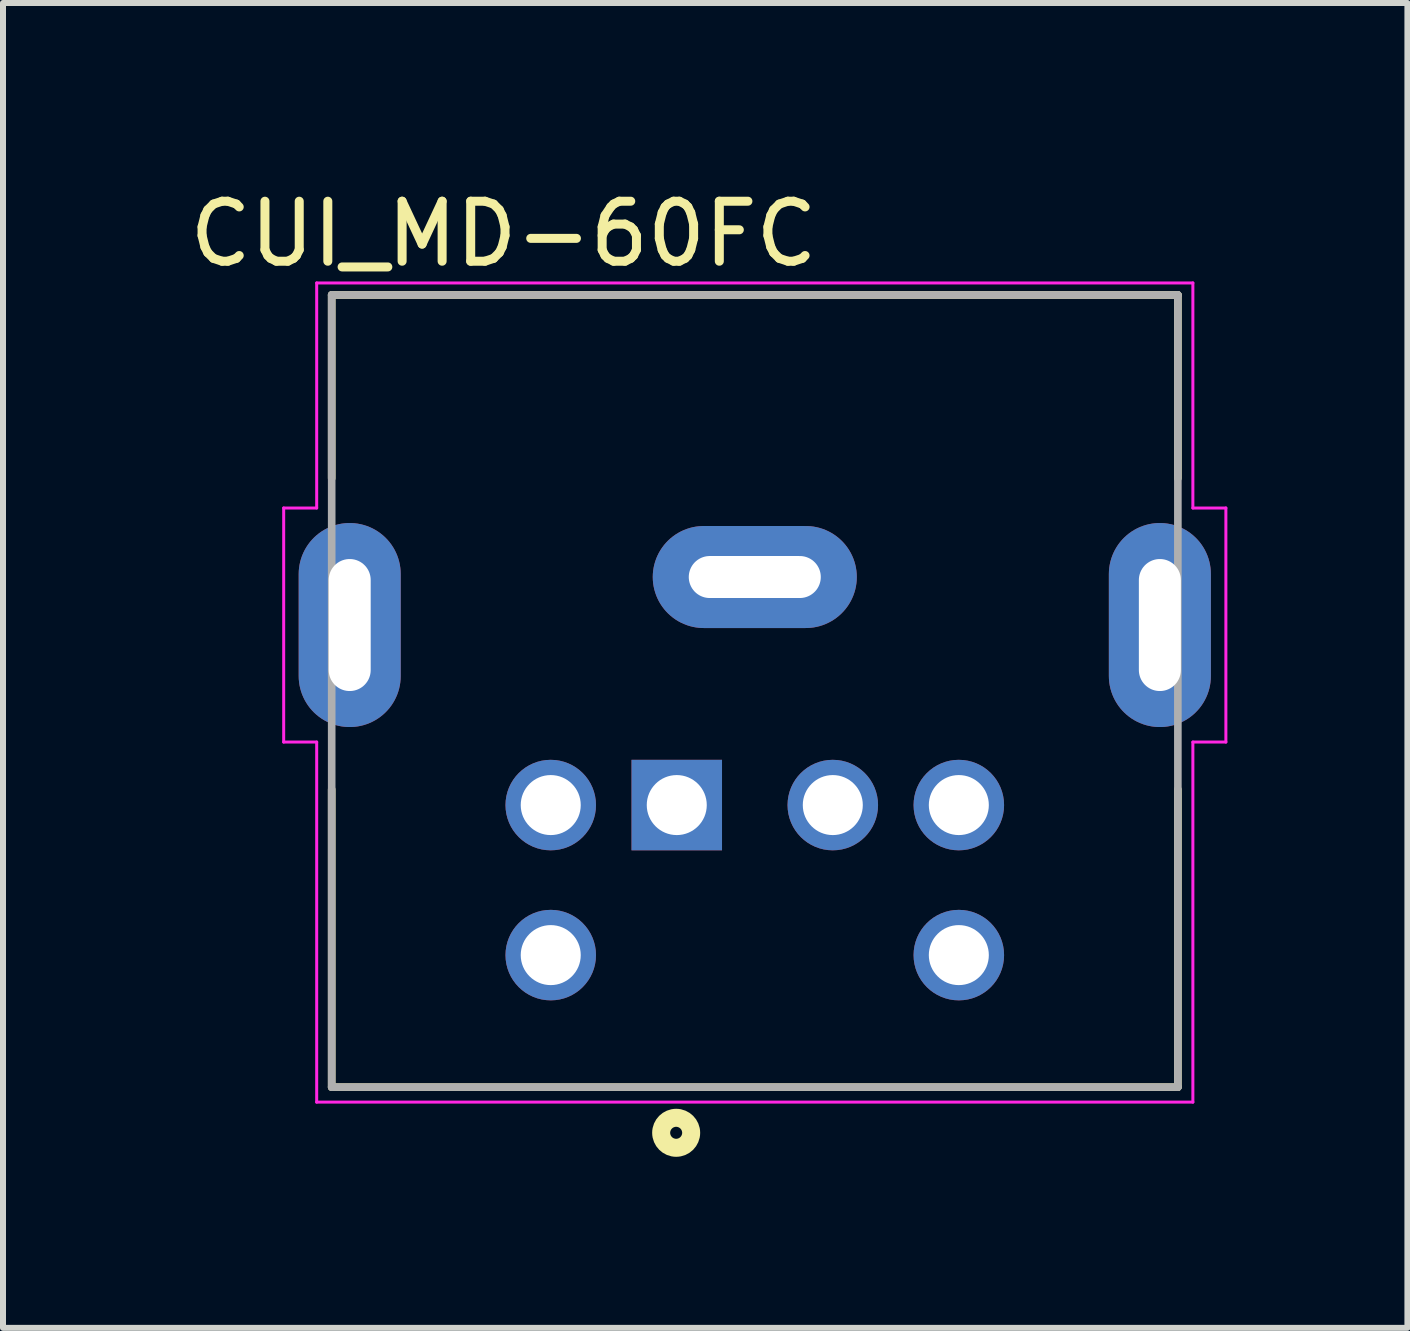
<source format=kicad_pcb>
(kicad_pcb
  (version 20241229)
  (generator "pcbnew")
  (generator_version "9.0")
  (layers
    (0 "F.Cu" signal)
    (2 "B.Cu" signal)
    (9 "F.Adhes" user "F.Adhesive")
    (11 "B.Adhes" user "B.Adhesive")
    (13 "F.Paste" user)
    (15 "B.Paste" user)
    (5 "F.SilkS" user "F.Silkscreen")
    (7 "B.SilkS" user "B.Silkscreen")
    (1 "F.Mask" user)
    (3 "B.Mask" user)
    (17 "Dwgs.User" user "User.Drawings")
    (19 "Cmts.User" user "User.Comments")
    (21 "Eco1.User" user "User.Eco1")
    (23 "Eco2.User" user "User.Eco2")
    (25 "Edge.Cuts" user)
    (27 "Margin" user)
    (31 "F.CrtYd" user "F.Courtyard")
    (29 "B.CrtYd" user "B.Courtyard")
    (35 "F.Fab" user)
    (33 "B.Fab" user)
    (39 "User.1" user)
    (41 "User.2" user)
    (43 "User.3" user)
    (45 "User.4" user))
  (footprint "CUI_MD-60FC"
    (layer "F.Cu")
    (at 9.527 8.795)
    (property "Reference" "CUI_MD-60FC" (at -4.186 -7.947 0) (layer "F.SilkS") (effects (font (size 1 1) (thickness 0.15))))
    (attr through_hole)
    (fp_line (start -7.05 -6.93) (end -7.05 -3.875) (stroke (width 0.127) (type solid)) (layer "F.SilkS"))
    (fp_line (start -7.05 -6.93) (end 7.05 -6.93) (stroke (width 0.127) (type solid)) (layer "F.SilkS"))
    (fp_line (start -7.05 6.27) (end -7.05 1.309) (stroke (width 0.127) (type solid)) (layer "F.SilkS"))
    (fp_line (start 7.05 -6.93) (end 7.05 -3.875) (stroke (width 0.127) (type solid)) (layer "F.SilkS"))
    (fp_line (start 7.05 6.27) (end -7.05 6.27) (stroke (width 0.127) (type solid)) (layer "F.SilkS"))
    (fp_line (start 7.05 6.27) (end 7.05 1.309) (stroke (width 0.127) (type solid)) (layer "F.SilkS"))
    (fp_circle (center -1.31 7.031) (end -1.21 7.031) (stroke (width 0.3) (type solid)) (fill no) (layer "F.SilkS"))
    (fp_line (start -7.85 -3.38) (end -7.3 -3.38) (stroke (width 0.05) (type solid)) (layer "F.CrtYd"))
    (fp_line (start -7.85 0.52) (end -7.85 -3.38) (stroke (width 0.05) (type solid)) (layer "F.CrtYd"))
    (fp_line (start -7.3 -7.13) (end -7.3 -3.38) (stroke (width 0.05) (type solid)) (layer "F.CrtYd"))
    (fp_line (start -7.3 -7.13) (end 7.3 -7.13) (stroke (width 0.05) (type solid)) (layer "F.CrtYd"))
    (fp_line (start -7.3 0.52) (end -7.85 0.52) (stroke (width 0.05) (type solid)) (layer "F.CrtYd"))
    (fp_line (start -7.3 6.52) (end -7.3 0.52) (stroke (width 0.05) (type solid)) (layer "F.CrtYd"))
    (fp_line (start 7.3 -7.13) (end 7.3 -3.38) (stroke (width 0.05) (type solid)) (layer "F.CrtYd"))
    (fp_line (start 7.3 -3.38) (end 7.85 -3.38) (stroke (width 0.05) (type solid)) (layer "F.CrtYd"))
    (fp_line (start 7.3 0.52) (end 7.3 6.52) (stroke (width 0.05) (type solid)) (layer "F.CrtYd"))
    (fp_line (start 7.3 6.52) (end -7.3 6.52) (stroke (width 0.05) (type solid)) (layer "F.CrtYd"))
    (fp_line (start 7.85 -3.38) (end 7.85 0.52) (stroke (width 0.05) (type solid)) (layer "F.CrtYd"))
    (fp_line (start 7.85 0.52) (end 7.3 0.52) (stroke (width 0.05) (type solid)) (layer "F.CrtYd"))
    (fp_line (start -7.05 -6.93) (end 7.05 -6.93) (stroke (width 0.127) (type solid)) (layer "F.Fab"))
    (fp_line (start -7.05 6.27) (end -7.05 -6.93) (stroke (width 0.127) (type solid)) (layer "F.Fab"))
    (fp_line (start 7.05 -6.93) (end 7.05 6.27) (stroke (width 0.127) (type solid)) (layer "F.Fab"))
    (fp_line (start 7.05 6.27) (end -7.05 6.27) (stroke (width 0.127) (type solid)) (layer "F.Fab"))
    (pad "1" thru_hole rect (at -1.3 1.57) (size 1.508 1.508) (drill 1) (layers "*.Cu" "*.Mask"))
    (pad "2" thru_hole circle (at 1.3 1.57) (size 1.508 1.508) (drill 1) (layers "*.Cu" "*.Mask"))
    (pad "3" thru_hole circle (at -3.4 1.57) (size 1.508 1.508) (drill 1) (layers "*.Cu" "*.Mask"))
    (pad "4" thru_hole circle (at 3.4 1.57) (size 1.508 1.508) (drill 1) (layers "*.Cu" "*.Mask"))
    (pad "5" thru_hole circle (at -3.4 4.07) (size 1.508 1.508) (drill 1) (layers "*.Cu" "*.Mask"))
    (pad "6" thru_hole circle (at 3.4 4.07) (size 1.508 1.508) (drill 1) (layers "*.Cu" "*.Mask"))
    (pad "S_1" thru_hole oval (at -6.75 -1.43) (size 1.7 3.4) (drill oval 0.7 2.2) (layers "*.Cu" "*.Mask"))
    (pad "S_2" thru_hole oval (at 0 -2.23) (size 3.4 1.7) (drill oval 2.2 0.7) (layers "*.Cu" "*.Mask"))
    (pad "S_3" thru_hole oval (at 6.75 -1.43) (size 1.7 3.4) (drill oval 0.7 2.2) (layers "*.Cu" "*.Mask")))
  (gr_rect
    (start -3 -3)
    (end 20.402 19.076)
    (stroke (width 0.1) (type default))
    (fill no)
    (layer "Edge.Cuts")))
</source>
